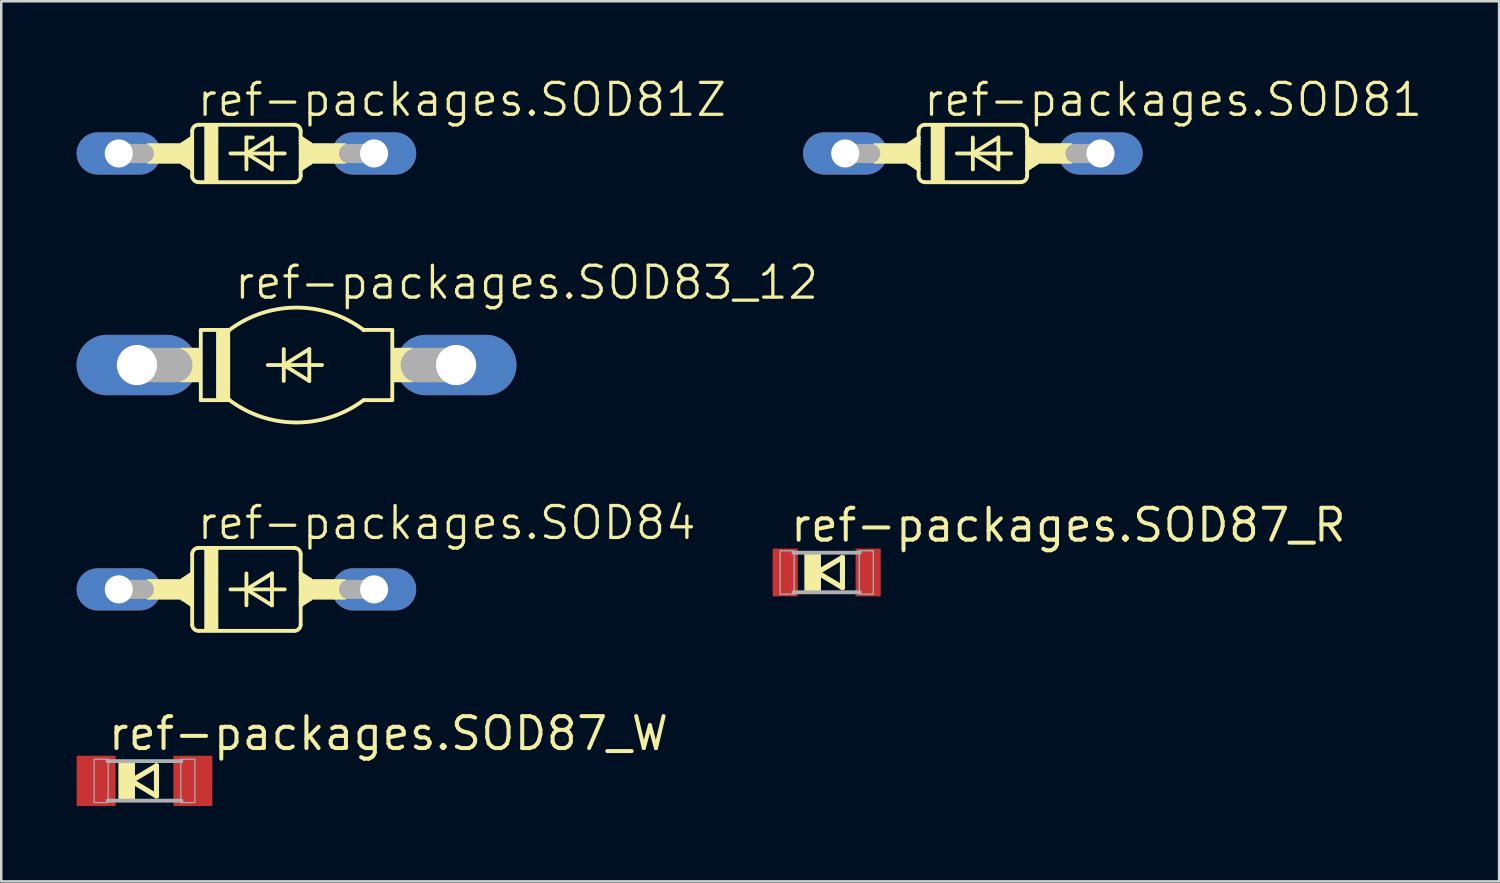
<source format=kicad_pcb>
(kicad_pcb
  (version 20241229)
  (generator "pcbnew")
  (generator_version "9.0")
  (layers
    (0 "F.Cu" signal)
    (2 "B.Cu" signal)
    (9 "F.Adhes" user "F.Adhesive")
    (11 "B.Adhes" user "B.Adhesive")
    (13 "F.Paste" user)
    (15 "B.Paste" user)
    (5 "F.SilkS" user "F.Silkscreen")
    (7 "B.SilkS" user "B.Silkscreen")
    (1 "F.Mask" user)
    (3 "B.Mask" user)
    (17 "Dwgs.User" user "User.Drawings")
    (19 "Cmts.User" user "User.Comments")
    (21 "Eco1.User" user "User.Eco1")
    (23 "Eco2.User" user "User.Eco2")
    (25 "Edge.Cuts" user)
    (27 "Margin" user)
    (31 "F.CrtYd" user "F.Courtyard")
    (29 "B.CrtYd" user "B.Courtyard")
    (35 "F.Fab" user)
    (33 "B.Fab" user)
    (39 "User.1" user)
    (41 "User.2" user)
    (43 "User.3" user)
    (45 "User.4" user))
  (footprint "ref-packages.SOD83_12"
    (layer "F.Cu")
    (at 8.75 11.476)
    (property "Reference" "ref-packages.SOD83_12" (at -2.54 -2.54 0) (layer "F.SilkS") (effects (font (size 1.27 1.27) (thickness 0.13)) (justify left bottom)))
    (attr through_hole)
    (fp_line (start -3.81 -1.397) (end -3.81 1.397) (stroke (width 0.152) (type default)) (layer "F.SilkS"))
    (fp_line (start -3.81 -1.397) (end -2.667 -1.397) (stroke (width 0.152) (type default)) (layer "F.SilkS"))
    (fp_line (start -3.81 1.397) (end -2.667 1.397) (stroke (width 0.152) (type default)) (layer "F.SilkS"))
    (fp_line (start -1.143 0) (end -0.508 0) (stroke (width 0.152) (type default)) (layer "F.SilkS"))
    (fp_line (start -0.508 -0.635) (end -0.508 0) (stroke (width 0.152) (type default)) (layer "F.SilkS"))
    (fp_line (start -0.508 0) (end -0.508 0.635) (stroke (width 0.152) (type default)) (layer "F.SilkS"))
    (fp_line (start -0.508 0) (end 0.508 -0.635) (stroke (width 0.152) (type default)) (layer "F.SilkS"))
    (fp_line (start -0.508 0) (end 1.016 0) (stroke (width 0.152) (type default)) (layer "F.SilkS"))
    (fp_line (start 0.508 -0.635) (end 0.508 0.635) (stroke (width 0.152) (type default)) (layer "F.SilkS"))
    (fp_line (start 0.508 0.635) (end -0.508 0) (stroke (width 0.152) (type default)) (layer "F.SilkS"))
    (fp_line (start 2.667 1.397) (end 3.81 1.397) (stroke (width 0.152) (type default)) (layer "F.SilkS"))
    (fp_line (start 3.81 -1.397) (end 2.667 -1.397) (stroke (width 0.152) (type default)) (layer "F.SilkS"))
    (fp_line (start 3.81 1.397) (end 3.81 -1.397) (stroke (width 0.152) (type default)) (layer "F.SilkS"))
    (fp_rect (start -4.623 0.66) (end -3.81 -0.66) (stroke (width 0.05) (type default)) (fill yes) (layer "F.SilkS"))
    (fp_rect (start -3.175 1.397) (end -2.667 -1.397) (stroke (width 0.05) (type default)) (fill yes) (layer "F.SilkS"))
    (fp_rect (start 3.81 0.66) (end 4.623 -0.66) (stroke (width 0.05) (type default)) (fill yes) (layer "F.SilkS"))
    (fp_arc (start -2.667 -1.397) (mid 0.010709 -2.285983) (end 2.6841 -1.3841) (stroke (width 0.1524) (type default)) (layer "F.SilkS"))
    (fp_arc (start 2.667 1.397) (mid -0.010709 2.285983) (end -2.6841 1.3841) (stroke (width 0.1524) (type default)) (layer "F.SilkS"))
    (fp_line (start -6.35 0) (end -4.826 0) (stroke (width 1.372) (type default)) (layer "F.Fab"))
    (fp_line (start 6.35 0) (end 4.826 0) (stroke (width 1.372) (type default)) (layer "F.Fab"))
    (pad "A" thru_hole oval (at 6.35 0) (size 4.801 2.4) (drill 1.6) (layers "*.Cu" "*.Mask"))
    (pad "C" thru_hole oval (at -6.35 0) (size 4.801 2.4) (drill 1.6) (layers "*.Cu" "*.Mask")))
  (footprint "ref-packages.SOD87_W"
    (layer "F.Cu")
    (at 2.7 28.024)
    (property "Reference" "ref-packages.SOD87_W" (at -1.524 -1.143 0) (layer "F.SilkS") (effects (font (size 1.27 1.27) (thickness 0.16)) (justify left bottom)))
    (attr smd)
    (fp_line (start -0.523 0) (end 0.477 0.6) (stroke (width 0.203) (type default)) (layer "F.SilkS"))
    (fp_line (start 0.477 -0.6) (end -0.523 0) (stroke (width 0.203) (type default)) (layer "F.SilkS"))
    (fp_line (start 0.477 0.6) (end 0.477 -0.6) (stroke (width 0.203) (type default)) (layer "F.SilkS"))
    (fp_rect (start -1.014 0.787) (end -0.404 -0.787) (stroke (width 0.05) (type default)) (fill yes) (layer "F.SilkS"))
    (fp_line (start 1.471 -0.787) (end -1.471 -0.787) (stroke (width 0.152) (type default)) (layer "F.Fab"))
    (fp_line (start 1.471 0.787) (end -1.471 0.787) (stroke (width 0.152) (type default)) (layer "F.Fab"))
    (fp_rect (start -2.004 0.864) (end -1.445 -0.864) (stroke (width 0.05) (type default)) (fill no) (layer "F.Fab"))
    (fp_rect (start 1.445 0.864) (end 2.004 -0.864) (stroke (width 0.05) (type default)) (fill no) (layer "F.Fab"))
    (pad "A" smd roundrect (at 1.925 0) (size 1.55 2) (layers "F.Cu" "F.Mask" "F.Paste") (roundrect_rratio 0.01))
    (pad "C" smd roundrect (at -1.925 0) (size 1.55 2) (layers "F.Cu" "F.Mask" "F.Paste") (roundrect_rratio 0.01)))
  (footprint "ref-packages.SOD84"
    (layer "F.Cu")
    (at 6.756 20.403)
    (property "Reference" "ref-packages.SOD84" (at -2.032 -1.905 0) (layer "F.SilkS") (effects (font (size 1.27 1.27) (thickness 0.13)) (justify left bottom)))
    (attr through_hole)
    (fp_line (start -2.54 -0.381) (end -2.54 0.381) (stroke (width 0.152) (type default)) (layer "F.SilkS"))
    (fp_line (start -2.54 -0.381) (end -2.413 -0.381) (stroke (width 0.152) (type default)) (layer "F.SilkS"))
    (fp_line (start -2.54 0.381) (end -2.413 0.381) (stroke (width 0.152) (type default)) (layer "F.SilkS"))
    (fp_line (start -2.54 0.381) (end -2.159 0.635) (stroke (width 0.152) (type default)) (layer "F.SilkS"))
    (fp_line (start -2.413 -0.381) (end -2.159 -0.381) (stroke (width 0.152) (type default)) (layer "F.SilkS"))
    (fp_line (start -2.413 0.381) (end -2.159 0.381) (stroke (width 0.152) (type default)) (layer "F.SilkS"))
    (fp_line (start -2.159 -0.635) (end -2.54 -0.381) (stroke (width 0.152) (type default)) (layer "F.SilkS"))
    (fp_line (start -2.159 -0.635) (end -2.159 -1.397) (stroke (width 0.152) (type default)) (layer "F.SilkS"))
    (fp_line (start -2.159 -0.635) (end -2.159 -0.508) (stroke (width 0.152) (type default)) (layer "F.SilkS"))
    (fp_line (start -2.159 -0.508) (end -2.413 -0.381) (stroke (width 0.152) (type default)) (layer "F.SilkS"))
    (fp_line (start -2.159 -0.508) (end -2.159 -0.381) (stroke (width 0.152) (type default)) (layer "F.SilkS"))
    (fp_line (start -2.159 -0.381) (end -2.159 0.381) (stroke (width 0.152) (type default)) (layer "F.SilkS"))
    (fp_line (start -2.159 0.381) (end -2.159 0.508) (stroke (width 0.152) (type default)) (layer "F.SilkS"))
    (fp_line (start -2.159 0.508) (end -2.413 0.381) (stroke (width 0.152) (type default)) (layer "F.SilkS"))
    (fp_line (start -2.159 0.508) (end -2.159 0.635) (stroke (width 0.152) (type default)) (layer "F.SilkS"))
    (fp_line (start -2.159 0.635) (end -2.159 1.397) (stroke (width 0.152) (type default)) (layer "F.SilkS"))
    (fp_line (start -1.905 -1.651) (end 1.905 -1.651) (stroke (width 0.152) (type default)) (layer "F.SilkS"))
    (fp_line (start -1.905 1.651) (end 1.905 1.651) (stroke (width 0.152) (type default)) (layer "F.SilkS"))
    (fp_line (start -0.635 0) (end 0 0) (stroke (width 0.152) (type default)) (layer "F.SilkS"))
    (fp_line (start 0 -0.635) (end 0 0) (stroke (width 0.152) (type default)) (layer "F.SilkS"))
    (fp_line (start 0 0) (end 0 0.635) (stroke (width 0.152) (type default)) (layer "F.SilkS"))
    (fp_line (start 0 0) (end 1.016 -0.635) (stroke (width 0.152) (type default)) (layer "F.SilkS"))
    (fp_line (start 0 0) (end 1.524 0) (stroke (width 0.152) (type default)) (layer "F.SilkS"))
    (fp_line (start 1.016 -0.635) (end 1.016 0.635) (stroke (width 0.152) (type default)) (layer "F.SilkS"))
    (fp_line (start 1.016 0.635) (end 0 0) (stroke (width 0.152) (type default)) (layer "F.SilkS"))
    (fp_line (start 2.159 -0.635) (end 2.159 -1.397) (stroke (width 0.152) (type default)) (layer "F.SilkS"))
    (fp_line (start 2.159 -0.635) (end 2.54 -0.381) (stroke (width 0.152) (type default)) (layer "F.SilkS"))
    (fp_line (start 2.159 -0.508) (end 2.159 -0.635) (stroke (width 0.152) (type default)) (layer "F.SilkS"))
    (fp_line (start 2.159 -0.508) (end 2.413 -0.381) (stroke (width 0.152) (type default)) (layer "F.SilkS"))
    (fp_line (start 2.159 -0.381) (end 2.159 -0.508) (stroke (width 0.152) (type default)) (layer "F.SilkS"))
    (fp_line (start 2.159 0.381) (end 2.159 -0.381) (stroke (width 0.152) (type default)) (layer "F.SilkS"))
    (fp_line (start 2.159 0.508) (end 2.159 0.381) (stroke (width 0.152) (type default)) (layer "F.SilkS"))
    (fp_line (start 2.159 0.508) (end 2.413 0.381) (stroke (width 0.152) (type default)) (layer "F.SilkS"))
    (fp_line (start 2.159 0.635) (end 2.159 0.508) (stroke (width 0.152) (type default)) (layer "F.SilkS"))
    (fp_line (start 2.159 0.635) (end 2.159 1.397) (stroke (width 0.152) (type default)) (layer "F.SilkS"))
    (fp_line (start 2.159 0.635) (end 2.54 0.381) (stroke (width 0.152) (type default)) (layer "F.SilkS"))
    (fp_line (start 2.413 -0.381) (end 2.159 -0.381) (stroke (width 0.152) (type default)) (layer "F.SilkS"))
    (fp_line (start 2.413 0.381) (end 2.159 0.381) (stroke (width 0.152) (type default)) (layer "F.SilkS"))
    (fp_line (start 2.54 -0.381) (end 2.413 -0.381) (stroke (width 0.152) (type default)) (layer "F.SilkS"))
    (fp_line (start 2.54 -0.381) (end 2.54 0.381) (stroke (width 0.152) (type default)) (layer "F.SilkS"))
    (fp_line (start 2.54 0.381) (end 2.413 0.381) (stroke (width 0.152) (type default)) (layer "F.SilkS"))
    (fp_rect (start -3.937 0.381) (end -2.159 -0.381) (stroke (width 0.05) (type default)) (fill yes) (layer "F.SilkS"))
    (fp_rect (start -1.651 1.651) (end -1.143 -1.651) (stroke (width 0.05) (type default)) (fill yes) (layer "F.SilkS"))
    (fp_rect (start 2.159 0.381) (end 3.937 -0.381) (stroke (width 0.05) (type default)) (fill yes) (layer "F.SilkS"))
    (fp_arc (start -2.159 -1.397) (mid -2.084605 -1.576605) (end -1.905 -1.651) (stroke (width 0.1524) (type default)) (layer "F.SilkS"))
    (fp_arc (start -1.905 1.651) (mid -2.084605 1.576605) (end -2.159 1.397) (stroke (width 0.1524) (type default)) (layer "F.SilkS"))
    (fp_arc (start 1.905 -1.651) (mid 2.084605 -1.576605) (end 2.159 -1.397) (stroke (width 0.1524) (type default)) (layer "F.SilkS"))
    (fp_arc (start 2.159 1.397) (mid 2.084605 1.576605) (end 1.905 1.651) (stroke (width 0.1524) (type default)) (layer "F.SilkS"))
    (fp_line (start -5.08 0) (end -4.064 0) (stroke (width 0.762) (type default)) (layer "F.Fab"))
    (fp_line (start 5.08 0) (end 4.064 0) (stroke (width 0.762) (type default)) (layer "F.Fab"))
    (pad "A" thru_hole oval (at 5.08 0) (size 3.353 1.676) (drill 1.118) (layers "*.Cu" "*.Mask"))
    (pad "C" thru_hole oval (at -5.08 0) (size 3.353 1.676) (drill 1.118) (layers "*.Cu" "*.Mask")))
  (footprint "ref-packages.SOD87_R"
    (layer "F.Cu")
    (at 29.847 19.731)
    (property "Reference" "ref-packages.SOD87_R" (at -1.524 -1.143 0) (layer "F.SilkS") (effects (font (size 1.27 1.27) (thickness 0.16)) (justify left bottom)))
    (attr smd)
    (fp_line (start -0.373 0) (end 0.627 0.6) (stroke (width 0.203) (type default)) (layer "F.SilkS"))
    (fp_line (start 0.627 -0.6) (end -0.373 0) (stroke (width 0.203) (type default)) (layer "F.SilkS"))
    (fp_line (start 0.627 0.6) (end 0.627 -0.6) (stroke (width 0.203) (type default)) (layer "F.SilkS"))
    (fp_rect (start -0.864 0.787) (end -0.254 -0.787) (stroke (width 0.05) (type default)) (fill yes) (layer "F.SilkS"))
    (fp_line (start 1.321 -0.787) (end -1.321 -0.787) (stroke (width 0.152) (type default)) (layer "F.Fab"))
    (fp_line (start 1.321 0.787) (end -1.321 0.787) (stroke (width 0.152) (type default)) (layer "F.Fab"))
    (fp_rect (start -1.854 0.864) (end -1.295 -0.864) (stroke (width 0.05) (type default)) (fill no) (layer "F.Fab"))
    (fp_rect (start 1.295 0.864) (end 1.854 -0.864) (stroke (width 0.05) (type default)) (fill no) (layer "F.Fab"))
    (pad "A" smd roundrect (at 1.65 0) (size 1 1.9) (layers "F.Cu" "F.Mask" "F.Paste") (roundrect_rratio 0.01))
    (pad "C" smd roundrect (at -1.65 0) (size 1 1.9) (layers "F.Cu" "F.Mask" "F.Paste") (roundrect_rratio 0.01)))
  (footprint "ref-packages.SOD81"
    (layer "F.Cu")
    (at 35.663 3.057)
    (property "Reference" "ref-packages.SOD81" (at -2.032 -1.397 0) (layer "F.SilkS") (effects (font (size 1.27 1.27) (thickness 0.13)) (justify left bottom)))
    (attr through_hole)
    (fp_line (start -2.54 -0.381) (end -2.54 0.381) (stroke (width 0.152) (type default)) (layer "F.SilkS"))
    (fp_line (start -2.54 -0.381) (end -2.413 -0.381) (stroke (width 0.152) (type default)) (layer "F.SilkS"))
    (fp_line (start -2.54 0.381) (end -2.413 0.381) (stroke (width 0.152) (type default)) (layer "F.SilkS"))
    (fp_line (start -2.54 0.381) (end -2.159 0.635) (stroke (width 0.152) (type default)) (layer "F.SilkS"))
    (fp_line (start -2.413 -0.381) (end -2.159 -0.381) (stroke (width 0.152) (type default)) (layer "F.SilkS"))
    (fp_line (start -2.413 0.381) (end -2.159 0.381) (stroke (width 0.152) (type default)) (layer "F.SilkS"))
    (fp_line (start -2.159 -0.635) (end -2.54 -0.381) (stroke (width 0.152) (type default)) (layer "F.SilkS"))
    (fp_line (start -2.159 -0.635) (end -2.159 -0.889) (stroke (width 0.152) (type default)) (layer "F.SilkS"))
    (fp_line (start -2.159 -0.635) (end -2.159 -0.508) (stroke (width 0.152) (type default)) (layer "F.SilkS"))
    (fp_line (start -2.159 -0.508) (end -2.413 -0.381) (stroke (width 0.152) (type default)) (layer "F.SilkS"))
    (fp_line (start -2.159 -0.508) (end -2.159 -0.381) (stroke (width 0.152) (type default)) (layer "F.SilkS"))
    (fp_line (start -2.159 -0.381) (end -2.159 0.381) (stroke (width 0.152) (type default)) (layer "F.SilkS"))
    (fp_line (start -2.159 0.381) (end -2.159 0.508) (stroke (width 0.152) (type default)) (layer "F.SilkS"))
    (fp_line (start -2.159 0.508) (end -2.413 0.381) (stroke (width 0.152) (type default)) (layer "F.SilkS"))
    (fp_line (start -2.159 0.508) (end -2.159 0.635) (stroke (width 0.152) (type default)) (layer "F.SilkS"))
    (fp_line (start -2.159 0.635) (end -2.159 0.889) (stroke (width 0.152) (type default)) (layer "F.SilkS"))
    (fp_line (start -1.905 -1.143) (end 1.905 -1.143) (stroke (width 0.152) (type default)) (layer "F.SilkS"))
    (fp_line (start -1.905 1.143) (end 1.905 1.143) (stroke (width 0.152) (type default)) (layer "F.SilkS"))
    (fp_line (start -0.635 0) (end 0 0) (stroke (width 0.152) (type default)) (layer "F.SilkS"))
    (fp_line (start 0 -0.635) (end 0 0) (stroke (width 0.152) (type default)) (layer "F.SilkS"))
    (fp_line (start 0 0) (end 0 0.635) (stroke (width 0.152) (type default)) (layer "F.SilkS"))
    (fp_line (start 0 0) (end 1.016 -0.635) (stroke (width 0.152) (type default)) (layer "F.SilkS"))
    (fp_line (start 0 0) (end 1.524 0) (stroke (width 0.152) (type default)) (layer "F.SilkS"))
    (fp_line (start 1.016 -0.635) (end 1.016 0.635) (stroke (width 0.152) (type default)) (layer "F.SilkS"))
    (fp_line (start 1.016 0.635) (end 0 0) (stroke (width 0.152) (type default)) (layer "F.SilkS"))
    (fp_line (start 2.159 -0.635) (end 2.159 -0.889) (stroke (width 0.152) (type default)) (layer "F.SilkS"))
    (fp_line (start 2.159 -0.635) (end 2.54 -0.381) (stroke (width 0.152) (type default)) (layer "F.SilkS"))
    (fp_line (start 2.159 -0.508) (end 2.159 -0.635) (stroke (width 0.152) (type default)) (layer "F.SilkS"))
    (fp_line (start 2.159 -0.508) (end 2.413 -0.381) (stroke (width 0.152) (type default)) (layer "F.SilkS"))
    (fp_line (start 2.159 -0.381) (end 2.159 -0.508) (stroke (width 0.152) (type default)) (layer "F.SilkS"))
    (fp_line (start 2.159 0.381) (end 2.159 -0.381) (stroke (width 0.152) (type default)) (layer "F.SilkS"))
    (fp_line (start 2.159 0.508) (end 2.159 0.381) (stroke (width 0.152) (type default)) (layer "F.SilkS"))
    (fp_line (start 2.159 0.508) (end 2.413 0.381) (stroke (width 0.152) (type default)) (layer "F.SilkS"))
    (fp_line (start 2.159 0.635) (end 2.159 0.508) (stroke (width 0.152) (type default)) (layer "F.SilkS"))
    (fp_line (start 2.159 0.635) (end 2.159 0.889) (stroke (width 0.152) (type default)) (layer "F.SilkS"))
    (fp_line (start 2.159 0.635) (end 2.54 0.381) (stroke (width 0.152) (type default)) (layer "F.SilkS"))
    (fp_line (start 2.413 -0.381) (end 2.159 -0.381) (stroke (width 0.152) (type default)) (layer "F.SilkS"))
    (fp_line (start 2.413 0.381) (end 2.159 0.381) (stroke (width 0.152) (type default)) (layer "F.SilkS"))
    (fp_line (start 2.54 -0.381) (end 2.413 -0.381) (stroke (width 0.152) (type default)) (layer "F.SilkS"))
    (fp_line (start 2.54 -0.381) (end 2.54 0.381) (stroke (width 0.152) (type default)) (layer "F.SilkS"))
    (fp_line (start 2.54 0.381) (end 2.413 0.381) (stroke (width 0.152) (type default)) (layer "F.SilkS"))
    (fp_rect (start -3.937 0.381) (end -2.159 -0.381) (stroke (width 0.05) (type default)) (fill yes) (layer "F.SilkS"))
    (fp_rect (start -1.651 1.143) (end -1.143 -1.143) (stroke (width 0.05) (type default)) (fill yes) (layer "F.SilkS"))
    (fp_rect (start 2.159 0.381) (end 3.937 -0.381) (stroke (width 0.05) (type default)) (fill yes) (layer "F.SilkS"))
    (fp_arc (start -2.159 -0.889) (mid -2.084605 -1.068605) (end -1.905 -1.143) (stroke (width 0.1524) (type default)) (layer "F.SilkS"))
    (fp_arc (start -1.905 1.143) (mid -2.084605 1.068605) (end -2.159 0.889) (stroke (width 0.1524) (type default)) (layer "F.SilkS"))
    (fp_arc (start 1.905 -1.143) (mid 2.084605 -1.068605) (end 2.159 -0.889) (stroke (width 0.1524) (type default)) (layer "F.SilkS"))
    (fp_arc (start 2.159 0.889) (mid 2.084605 1.068605) (end 1.905 1.143) (stroke (width 0.1524) (type default)) (layer "F.SilkS"))
    (fp_line (start -5.08 0) (end -4.064 0) (stroke (width 0.762) (type default)) (layer "F.Fab"))
    (fp_line (start 5.08 0) (end 4.064 0) (stroke (width 0.762) (type default)) (layer "F.Fab"))
    (pad "A" thru_hole oval (at 5.08 0) (size 3.353 1.676) (drill 1.118) (layers "*.Cu" "*.Mask"))
    (pad "C" thru_hole oval (at -5.08 0) (size 3.353 1.676) (drill 1.118) (layers "*.Cu" "*.Mask")))
  (footprint "ref-packages.SOD81Z"
    (layer "F.Cu")
    (at 6.756 3.057)
    (property "Reference" "ref-packages.SOD81Z" (at -2.032 -1.397 0) (layer "F.SilkS") (effects (font (size 1.27 1.27) (thickness 0.13)) (justify left bottom)))
    (attr through_hole)
    (fp_line (start -2.54 -0.381) (end -2.54 0.381) (stroke (width 0.152) (type default)) (layer "F.SilkS"))
    (fp_line (start -2.54 -0.381) (end -2.413 -0.381) (stroke (width 0.152) (type default)) (layer "F.SilkS"))
    (fp_line (start -2.54 0.381) (end -2.413 0.381) (stroke (width 0.152) (type default)) (layer "F.SilkS"))
    (fp_line (start -2.54 0.381) (end -2.159 0.635) (stroke (width 0.152) (type default)) (layer "F.SilkS"))
    (fp_line (start -2.413 -0.381) (end -2.159 -0.381) (stroke (width 0.152) (type default)) (layer "F.SilkS"))
    (fp_line (start -2.413 0.381) (end -2.159 0.381) (stroke (width 0.152) (type default)) (layer "F.SilkS"))
    (fp_line (start -2.159 -0.635) (end -2.54 -0.381) (stroke (width 0.152) (type default)) (layer "F.SilkS"))
    (fp_line (start -2.159 -0.635) (end -2.159 -0.889) (stroke (width 0.152) (type default)) (layer "F.SilkS"))
    (fp_line (start -2.159 -0.635) (end -2.159 -0.508) (stroke (width 0.152) (type default)) (layer "F.SilkS"))
    (fp_line (start -2.159 -0.508) (end -2.413 -0.381) (stroke (width 0.152) (type default)) (layer "F.SilkS"))
    (fp_line (start -2.159 -0.508) (end -2.159 -0.381) (stroke (width 0.152) (type default)) (layer "F.SilkS"))
    (fp_line (start -2.159 -0.381) (end -2.159 0.381) (stroke (width 0.152) (type default)) (layer "F.SilkS"))
    (fp_line (start -2.159 0.381) (end -2.159 0.508) (stroke (width 0.152) (type default)) (layer "F.SilkS"))
    (fp_line (start -2.159 0.508) (end -2.413 0.381) (stroke (width 0.152) (type default)) (layer "F.SilkS"))
    (fp_line (start -2.159 0.508) (end -2.159 0.635) (stroke (width 0.152) (type default)) (layer "F.SilkS"))
    (fp_line (start -2.159 0.635) (end -2.159 0.889) (stroke (width 0.152) (type default)) (layer "F.SilkS"))
    (fp_line (start -1.905 -1.143) (end 1.905 -1.143) (stroke (width 0.152) (type default)) (layer "F.SilkS"))
    (fp_line (start -1.905 1.143) (end 1.905 1.143) (stroke (width 0.152) (type default)) (layer "F.SilkS"))
    (fp_line (start -0.635 0) (end 0 0) (stroke (width 0.152) (type default)) (layer "F.SilkS"))
    (fp_line (start 0 -0.635) (end 0 0) (stroke (width 0.152) (type default)) (layer "F.SilkS"))
    (fp_line (start 0 0) (end 0 0.635) (stroke (width 0.152) (type default)) (layer "F.SilkS"))
    (fp_line (start 0 0) (end 1.016 -0.635) (stroke (width 0.152) (type default)) (layer "F.SilkS"))
    (fp_line (start 0 0) (end 1.524 0) (stroke (width 0.152) (type default)) (layer "F.SilkS"))
    (fp_line (start 0.254 -0.635) (end 0 -0.635) (stroke (width 0.152) (type default)) (layer "F.SilkS"))
    (fp_line (start 1.016 -0.635) (end 1.016 0.635) (stroke (width 0.152) (type default)) (layer "F.SilkS"))
    (fp_line (start 1.016 0.635) (end 0 0) (stroke (width 0.152) (type default)) (layer "F.SilkS"))
    (fp_line (start 2.159 -0.635) (end 2.159 -0.889) (stroke (width 0.152) (type default)) (layer "F.SilkS"))
    (fp_line (start 2.159 -0.635) (end 2.54 -0.381) (stroke (width 0.152) (type default)) (layer "F.SilkS"))
    (fp_line (start 2.159 -0.508) (end 2.159 -0.635) (stroke (width 0.152) (type default)) (layer "F.SilkS"))
    (fp_line (start 2.159 -0.508) (end 2.413 -0.381) (stroke (width 0.152) (type default)) (layer "F.SilkS"))
    (fp_line (start 2.159 -0.381) (end 2.159 -0.508) (stroke (width 0.152) (type default)) (layer "F.SilkS"))
    (fp_line (start 2.159 0.381) (end 2.159 -0.381) (stroke (width 0.152) (type default)) (layer "F.SilkS"))
    (fp_line (start 2.159 0.508) (end 2.159 0.381) (stroke (width 0.152) (type default)) (layer "F.SilkS"))
    (fp_line (start 2.159 0.508) (end 2.413 0.381) (stroke (width 0.152) (type default)) (layer "F.SilkS"))
    (fp_line (start 2.159 0.635) (end 2.159 0.508) (stroke (width 0.152) (type default)) (layer "F.SilkS"))
    (fp_line (start 2.159 0.635) (end 2.159 0.889) (stroke (width 0.152) (type default)) (layer "F.SilkS"))
    (fp_line (start 2.159 0.635) (end 2.54 0.381) (stroke (width 0.152) (type default)) (layer "F.SilkS"))
    (fp_line (start 2.413 -0.381) (end 2.159 -0.381) (stroke (width 0.152) (type default)) (layer "F.SilkS"))
    (fp_line (start 2.413 0.381) (end 2.159 0.381) (stroke (width 0.152) (type default)) (layer "F.SilkS"))
    (fp_line (start 2.54 -0.381) (end 2.413 -0.381) (stroke (width 0.152) (type default)) (layer "F.SilkS"))
    (fp_line (start 2.54 -0.381) (end 2.54 0.381) (stroke (width 0.152) (type default)) (layer "F.SilkS"))
    (fp_line (start 2.54 0.381) (end 2.413 0.381) (stroke (width 0.152) (type default)) (layer "F.SilkS"))
    (fp_rect (start -3.937 0.381) (end -2.159 -0.381) (stroke (width 0.05) (type default)) (fill yes) (layer "F.SilkS"))
    (fp_rect (start -1.651 1.143) (end -1.143 -1.143) (stroke (width 0.05) (type default)) (fill yes) (layer "F.SilkS"))
    (fp_rect (start 2.159 0.381) (end 3.937 -0.381) (stroke (width 0.05) (type default)) (fill yes) (layer "F.SilkS"))
    (fp_arc (start -2.159 -0.889) (mid -2.084605 -1.068605) (end -1.905 -1.143) (stroke (width 0.1524) (type default)) (layer "F.SilkS"))
    (fp_arc (start -1.905 1.143) (mid -2.084605 1.068605) (end -2.159 0.889) (stroke (width 0.1524) (type default)) (layer "F.SilkS"))
    (fp_arc (start 1.905 -1.143) (mid 2.084605 -1.068605) (end 2.159 -0.889) (stroke (width 0.1524) (type default)) (layer "F.SilkS"))
    (fp_arc (start 2.159 0.889) (mid 2.084605 1.068605) (end 1.905 1.143) (stroke (width 0.1524) (type default)) (layer "F.SilkS"))
    (fp_line (start -5.08 0) (end -4.064 0) (stroke (width 0.762) (type default)) (layer "F.Fab"))
    (fp_line (start 5.08 0) (end 4.064 0) (stroke (width 0.762) (type default)) (layer "F.Fab"))
    (pad "A" thru_hole oval (at 5.08 0) (size 3.353 1.676) (drill 1.118) (layers "*.Cu" "*.Mask"))
    (pad "C" thru_hole oval (at -5.08 0) (size 3.353 1.676) (drill 1.118) (layers "*.Cu" "*.Mask")))
  (gr_rect
    (start -3 -3)
    (end 56.603 32.024)
    (stroke (width 0.1) (type default))
    (fill no)
    (layer "Edge.Cuts")))
</source>
